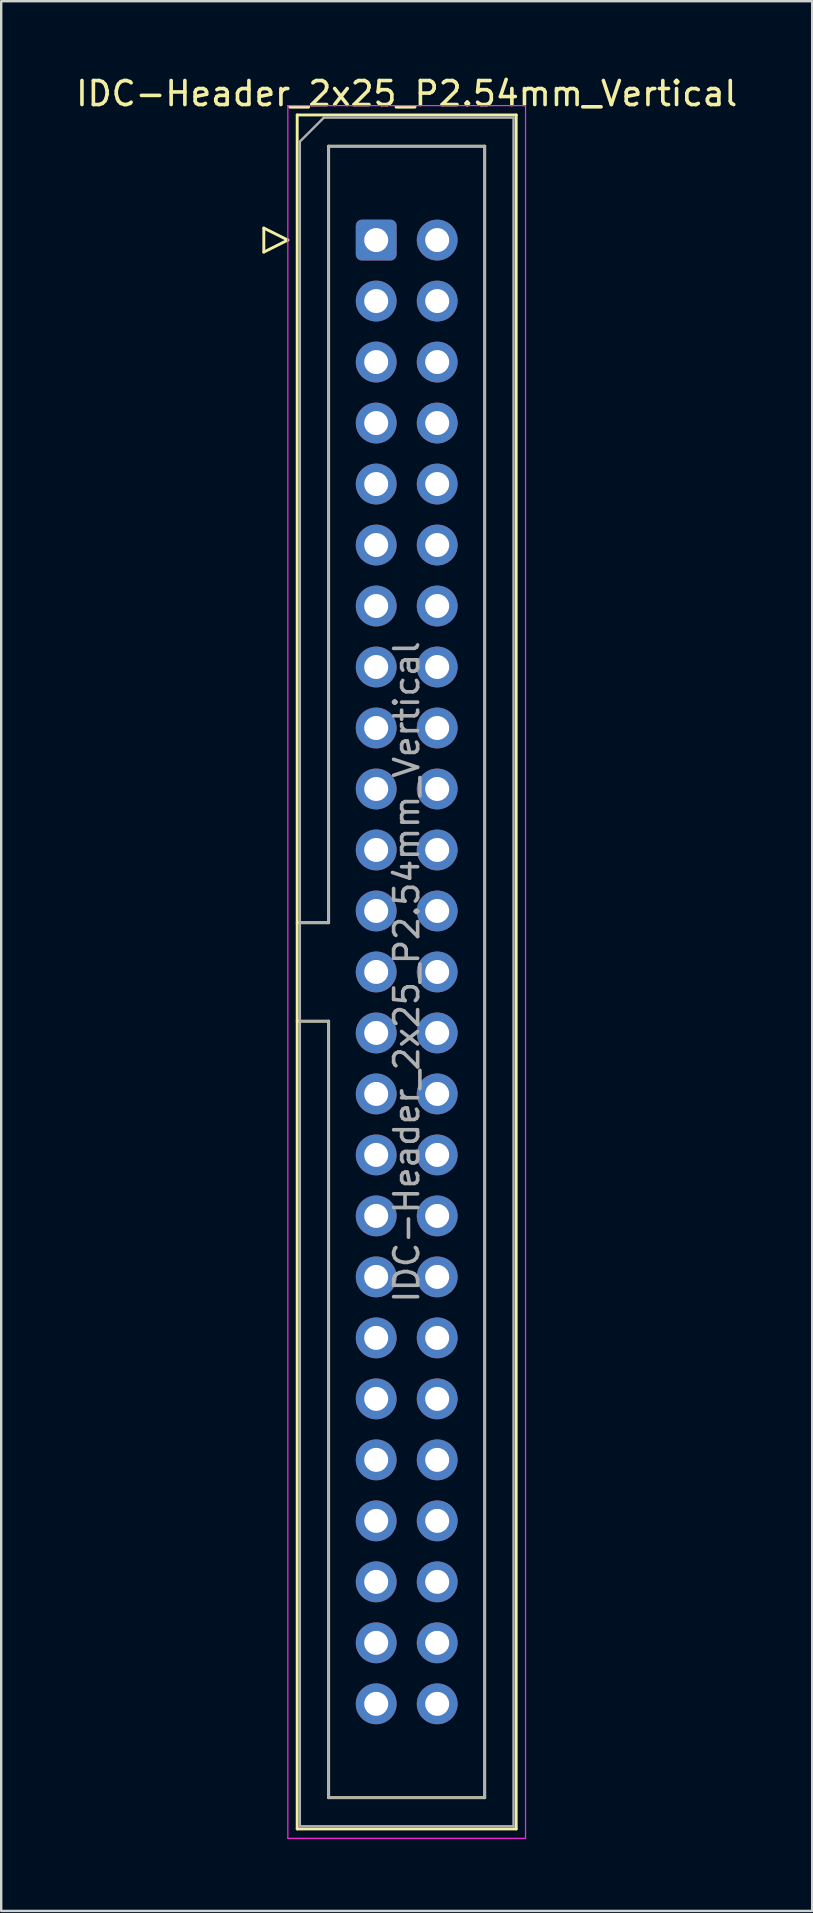
<source format=kicad_pcb>
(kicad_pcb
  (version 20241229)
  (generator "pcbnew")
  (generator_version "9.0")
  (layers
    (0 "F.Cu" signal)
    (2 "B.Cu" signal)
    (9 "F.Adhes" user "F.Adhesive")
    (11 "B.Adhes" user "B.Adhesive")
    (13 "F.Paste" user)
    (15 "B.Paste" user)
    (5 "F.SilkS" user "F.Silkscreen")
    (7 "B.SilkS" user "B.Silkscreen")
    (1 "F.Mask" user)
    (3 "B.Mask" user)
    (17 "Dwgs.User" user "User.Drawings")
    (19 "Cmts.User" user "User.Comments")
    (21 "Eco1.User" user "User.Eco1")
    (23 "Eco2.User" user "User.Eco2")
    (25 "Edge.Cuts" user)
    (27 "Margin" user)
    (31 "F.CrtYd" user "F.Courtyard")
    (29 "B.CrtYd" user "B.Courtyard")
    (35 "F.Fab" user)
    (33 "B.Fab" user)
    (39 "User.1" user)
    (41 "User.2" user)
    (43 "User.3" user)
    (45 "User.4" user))
  (footprint "IDC-Header_2x25_P2.54mm_Vertical"
    (layer "F.Cu")
    (at 12.617 6.948)
    (property "Reference" "IDC-Header_2x25_P2.54mm_Vertical" (at 1.27 -6.1 0) (layer "F.SilkS") (effects (font (size 1 1) (thickness 0.15))))
    (attr through_hole)
    (fp_line (start -4.68 -0.5) (end -4.68 0.5) (stroke (width 0.12) (type solid)) (layer "F.SilkS"))
    (fp_line (start -4.68 0.5) (end -3.68 0) (stroke (width 0.12) (type solid)) (layer "F.SilkS"))
    (fp_line (start -3.68 0) (end -4.68 -0.5) (stroke (width 0.12) (type solid)) (layer "F.SilkS"))
    (fp_line (start -3.29 -5.21) (end 5.83 -5.21) (stroke (width 0.12) (type solid)) (layer "F.SilkS"))
    (fp_line (start -3.29 28.43) (end -1.98 28.43) (stroke (width 0.12) (type solid)) (layer "F.SilkS"))
    (fp_line (start -3.29 66.17) (end -3.29 -5.21) (stroke (width 0.12) (type solid)) (layer "F.SilkS"))
    (fp_line (start -1.98 -3.91) (end 4.52 -3.91) (stroke (width 0.12) (type solid)) (layer "F.SilkS"))
    (fp_line (start -1.98 28.43) (end -1.98 -3.91) (stroke (width 0.12) (type solid)) (layer "F.SilkS"))
    (fp_line (start -1.98 32.53) (end -3.29 32.53) (stroke (width 0.12) (type solid)) (layer "F.SilkS"))
    (fp_line (start -1.98 64.87) (end -1.98 32.53) (stroke (width 0.12) (type solid)) (layer "F.SilkS"))
    (fp_line (start 4.52 -3.91) (end 4.52 64.87) (stroke (width 0.12) (type solid)) (layer "F.SilkS"))
    (fp_line (start 4.52 64.87) (end -1.98 64.87) (stroke (width 0.12) (type solid)) (layer "F.SilkS"))
    (fp_line (start 5.83 -5.21) (end 5.83 66.17) (stroke (width 0.12) (type solid)) (layer "F.SilkS"))
    (fp_line (start 5.83 66.17) (end -3.29 66.17) (stroke (width 0.12) (type solid)) (layer "F.SilkS"))
    (fp_line (start -3.68 -5.6) (end -3.68 66.56) (stroke (width 0.05) (type solid)) (layer "F.CrtYd"))
    (fp_line (start -3.68 66.56) (end 6.22 66.56) (stroke (width 0.05) (type solid)) (layer "F.CrtYd"))
    (fp_line (start 6.22 -5.6) (end -3.68 -5.6) (stroke (width 0.05) (type solid)) (layer "F.CrtYd"))
    (fp_line (start 6.22 66.56) (end 6.22 -5.6) (stroke (width 0.05) (type solid)) (layer "F.CrtYd"))
    (fp_line (start -3.18 -4.1) (end -2.18 -5.1) (stroke (width 0.1) (type solid)) (layer "F.Fab"))
    (fp_line (start -3.18 28.43) (end -1.98 28.43) (stroke (width 0.1) (type solid)) (layer "F.Fab"))
    (fp_line (start -3.18 66.06) (end -3.18 -4.1) (stroke (width 0.1) (type solid)) (layer "F.Fab"))
    (fp_line (start -2.18 -5.1) (end 5.72 -5.1) (stroke (width 0.1) (type solid)) (layer "F.Fab"))
    (fp_line (start -1.98 -3.91) (end 4.52 -3.91) (stroke (width 0.1) (type solid)) (layer "F.Fab"))
    (fp_line (start -1.98 28.43) (end -1.98 -3.91) (stroke (width 0.1) (type solid)) (layer "F.Fab"))
    (fp_line (start -1.98 32.53) (end -3.18 32.53) (stroke (width 0.1) (type solid)) (layer "F.Fab"))
    (fp_line (start -1.98 64.87) (end -1.98 32.53) (stroke (width 0.1) (type solid)) (layer "F.Fab"))
    (fp_line (start 4.52 -3.91) (end 4.52 64.87) (stroke (width 0.1) (type solid)) (layer "F.Fab"))
    (fp_line (start 4.52 64.87) (end -1.98 64.87) (stroke (width 0.1) (type solid)) (layer "F.Fab"))
    (fp_line (start 5.72 -5.1) (end 5.72 66.06) (stroke (width 0.1) (type solid)) (layer "F.Fab"))
    (fp_line (start 5.72 66.06) (end -3.18 66.06) (stroke (width 0.1) (type solid)) (layer "F.Fab"))
    (fp_text user "${REFERENCE}" (at 1.27 30.48 90) (layer "F.Fab") (effects (font (size 1 1) (thickness 0.15))))
    (pad "1" thru_hole roundrect (at 0 0) (size 1.7 1.7) (drill 1) (layers "*.Cu" "*.Mask") (roundrect_rratio 0.147))
    (pad "2" thru_hole circle (at 2.54 0) (size 1.7 1.7) (drill 1) (layers "*.Cu" "*.Mask"))
    (pad "3" thru_hole circle (at 0 2.54) (size 1.7 1.7) (drill 1) (layers "*.Cu" "*.Mask"))
    (pad "4" thru_hole circle (at 2.54 2.54) (size 1.7 1.7) (drill 1) (layers "*.Cu" "*.Mask"))
    (pad "5" thru_hole circle (at 0 5.08) (size 1.7 1.7) (drill 1) (layers "*.Cu" "*.Mask"))
    (pad "6" thru_hole circle (at 2.54 5.08) (size 1.7 1.7) (drill 1) (layers "*.Cu" "*.Mask"))
    (pad "7" thru_hole circle (at 0 7.62) (size 1.7 1.7) (drill 1) (layers "*.Cu" "*.Mask"))
    (pad "8" thru_hole circle (at 2.54 7.62) (size 1.7 1.7) (drill 1) (layers "*.Cu" "*.Mask"))
    (pad "9" thru_hole circle (at 0 10.16) (size 1.7 1.7) (drill 1) (layers "*.Cu" "*.Mask"))
    (pad "10" thru_hole circle (at 2.54 10.16) (size 1.7 1.7) (drill 1) (layers "*.Cu" "*.Mask"))
    (pad "11" thru_hole circle (at 0 12.7) (size 1.7 1.7) (drill 1) (layers "*.Cu" "*.Mask"))
    (pad "12" thru_hole circle (at 2.54 12.7) (size 1.7 1.7) (drill 1) (layers "*.Cu" "*.Mask"))
    (pad "13" thru_hole circle (at 0 15.24) (size 1.7 1.7) (drill 1) (layers "*.Cu" "*.Mask"))
    (pad "14" thru_hole circle (at 2.54 15.24) (size 1.7 1.7) (drill 1) (layers "*.Cu" "*.Mask"))
    (pad "15" thru_hole circle (at 0 17.78) (size 1.7 1.7) (drill 1) (layers "*.Cu" "*.Mask"))
    (pad "16" thru_hole circle (at 2.54 17.78) (size 1.7 1.7) (drill 1) (layers "*.Cu" "*.Mask"))
    (pad "17" thru_hole circle (at 0 20.32) (size 1.7 1.7) (drill 1) (layers "*.Cu" "*.Mask"))
    (pad "18" thru_hole circle (at 2.54 20.32) (size 1.7 1.7) (drill 1) (layers "*.Cu" "*.Mask"))
    (pad "19" thru_hole circle (at 0 22.86) (size 1.7 1.7) (drill 1) (layers "*.Cu" "*.Mask"))
    (pad "20" thru_hole circle (at 2.54 22.86) (size 1.7 1.7) (drill 1) (layers "*.Cu" "*.Mask"))
    (pad "21" thru_hole circle (at 0 25.4) (size 1.7 1.7) (drill 1) (layers "*.Cu" "*.Mask"))
    (pad "22" thru_hole circle (at 2.54 25.4) (size 1.7 1.7) (drill 1) (layers "*.Cu" "*.Mask"))
    (pad "23" thru_hole circle (at 0 27.94) (size 1.7 1.7) (drill 1) (layers "*.Cu" "*.Mask"))
    (pad "24" thru_hole circle (at 2.54 27.94) (size 1.7 1.7) (drill 1) (layers "*.Cu" "*.Mask"))
    (pad "25" thru_hole circle (at 0 30.48) (size 1.7 1.7) (drill 1) (layers "*.Cu" "*.Mask"))
    (pad "26" thru_hole circle (at 2.54 30.48) (size 1.7 1.7) (drill 1) (layers "*.Cu" "*.Mask"))
    (pad "27" thru_hole circle (at 0 33.02) (size 1.7 1.7) (drill 1) (layers "*.Cu" "*.Mask"))
    (pad "28" thru_hole circle (at 2.54 33.02) (size 1.7 1.7) (drill 1) (layers "*.Cu" "*.Mask"))
    (pad "29" thru_hole circle (at 0 35.56) (size 1.7 1.7) (drill 1) (layers "*.Cu" "*.Mask"))
    (pad "30" thru_hole circle (at 2.54 35.56) (size 1.7 1.7) (drill 1) (layers "*.Cu" "*.Mask"))
    (pad "31" thru_hole circle (at 0 38.1) (size 1.7 1.7) (drill 1) (layers "*.Cu" "*.Mask"))
    (pad "32" thru_hole circle (at 2.54 38.1) (size 1.7 1.7) (drill 1) (layers "*.Cu" "*.Mask"))
    (pad "33" thru_hole circle (at 0 40.64) (size 1.7 1.7) (drill 1) (layers "*.Cu" "*.Mask"))
    (pad "34" thru_hole circle (at 2.54 40.64) (size 1.7 1.7) (drill 1) (layers "*.Cu" "*.Mask"))
    (pad "35" thru_hole circle (at 0 43.18) (size 1.7 1.7) (drill 1) (layers "*.Cu" "*.Mask"))
    (pad "36" thru_hole circle (at 2.54 43.18) (size 1.7 1.7) (drill 1) (layers "*.Cu" "*.Mask"))
    (pad "37" thru_hole circle (at 0 45.72) (size 1.7 1.7) (drill 1) (layers "*.Cu" "*.Mask"))
    (pad "38" thru_hole circle (at 2.54 45.72) (size 1.7 1.7) (drill 1) (layers "*.Cu" "*.Mask"))
    (pad "39" thru_hole circle (at 0 48.26) (size 1.7 1.7) (drill 1) (layers "*.Cu" "*.Mask"))
    (pad "40" thru_hole circle (at 2.54 48.26) (size 1.7 1.7) (drill 1) (layers "*.Cu" "*.Mask"))
    (pad "41" thru_hole circle (at 0 50.8) (size 1.7 1.7) (drill 1) (layers "*.Cu" "*.Mask"))
    (pad "42" thru_hole circle (at 2.54 50.8) (size 1.7 1.7) (drill 1) (layers "*.Cu" "*.Mask"))
    (pad "43" thru_hole circle (at 0 53.34) (size 1.7 1.7) (drill 1) (layers "*.Cu" "*.Mask"))
    (pad "44" thru_hole circle (at 2.54 53.34) (size 1.7 1.7) (drill 1) (layers "*.Cu" "*.Mask"))
    (pad "45" thru_hole circle (at 0 55.88) (size 1.7 1.7) (drill 1) (layers "*.Cu" "*.Mask"))
    (pad "46" thru_hole circle (at 2.54 55.88) (size 1.7 1.7) (drill 1) (layers "*.Cu" "*.Mask"))
    (pad "47" thru_hole circle (at 0 58.42) (size 1.7 1.7) (drill 1) (layers "*.Cu" "*.Mask"))
    (pad "48" thru_hole circle (at 2.54 58.42) (size 1.7 1.7) (drill 1) (layers "*.Cu" "*.Mask"))
    (pad "49" thru_hole circle (at 0 60.96) (size 1.7 1.7) (drill 1) (layers "*.Cu" "*.Mask"))
    (pad "50" thru_hole circle (at 2.54 60.96) (size 1.7 1.7) (drill 1) (layers "*.Cu" "*.Mask")))
  (gr_rect
    (start -3 -3)
    (end 30.774 76.533)
    (stroke (width 0.1) (type default))
    (fill no)
    (layer "Edge.Cuts")))
</source>
